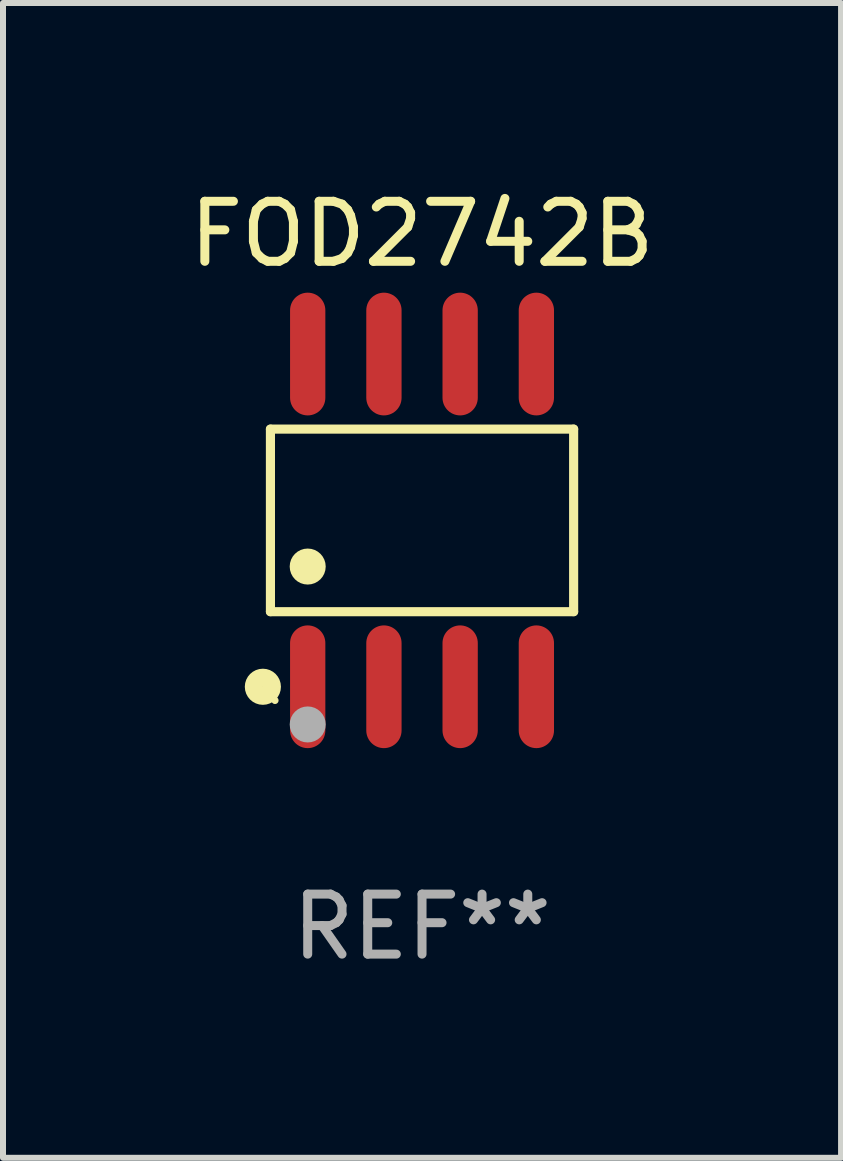
<source format=kicad_pcb>
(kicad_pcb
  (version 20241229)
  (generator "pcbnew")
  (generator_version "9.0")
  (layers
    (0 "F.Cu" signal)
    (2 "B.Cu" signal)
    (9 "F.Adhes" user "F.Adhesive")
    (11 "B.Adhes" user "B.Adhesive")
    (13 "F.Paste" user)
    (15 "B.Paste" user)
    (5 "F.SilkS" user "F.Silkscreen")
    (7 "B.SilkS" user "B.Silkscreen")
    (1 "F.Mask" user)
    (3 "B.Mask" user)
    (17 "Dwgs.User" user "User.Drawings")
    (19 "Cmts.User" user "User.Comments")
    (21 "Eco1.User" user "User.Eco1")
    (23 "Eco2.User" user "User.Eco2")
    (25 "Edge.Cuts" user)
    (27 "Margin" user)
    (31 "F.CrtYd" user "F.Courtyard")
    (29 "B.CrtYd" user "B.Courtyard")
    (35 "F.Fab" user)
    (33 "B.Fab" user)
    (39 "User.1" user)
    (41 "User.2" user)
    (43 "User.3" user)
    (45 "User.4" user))
  (footprint "FOD2742B"
    (layer "F.Cu")
    (at 3.982 5.621)
    (property "Reference" "FOD2742B" (at 0 -4.772 0) (layer "F.SilkS") (effects (font (size 1 1) (thickness 0.15))))
    (attr through_hole)
    (fp_line (start -2.526 -1.521) (end 2.526 -1.521) (stroke (width 0.152) (type solid)) (layer "F.SilkS"))
    (fp_line (start -2.526 1.521) (end -2.526 -1.521) (stroke (width 0.152) (type solid)) (layer "F.SilkS"))
    (fp_line (start 2.526 -1.521) (end 2.526 1.521) (stroke (width 0.152) (type solid)) (layer "F.SilkS"))
    (fp_line (start 2.526 1.521) (end -2.526 1.521) (stroke (width 0.152) (type solid)) (layer "F.SilkS"))
    (fp_circle (center -2.652 2.772) (end -2.501 2.772) (stroke (width 0.3) (type solid)) (fill no) (layer "F.SilkS"))
    (fp_circle (center -2.45 3) (end -2.42 3) (stroke (width 0.06) (type solid)) (fill no) (layer "F.SilkS"))
    (fp_circle (center -1.905 0.769) (end -1.755 0.769) (stroke (width 0.3) (type solid)) (fill no) (layer "F.SilkS"))
    (fp_circle (center -1.905 3.4) (end -1.755 3.4) (stroke (width 0.3) (type solid)) (fill no) (layer "F.Fab"))
    (fp_text user "REF**" (at 0 6.772 0) (layer "F.Fab") (effects (font (size 1 1) (thickness 0.15))))
    (pad "1" smd oval (at -1.905 2.772) (size 0.588 2.045) (layers "F.Cu" "F.Mask" "F.Paste"))
    (pad "2" smd oval (at -0.635 2.772) (size 0.588 2.045) (layers "F.Cu" "F.Mask" "F.Paste"))
    (pad "3" smd oval (at 0.635 2.772) (size 0.588 2.045) (layers "F.Cu" "F.Mask" "F.Paste"))
    (pad "4" smd oval (at 1.905 2.772) (size 0.588 2.045) (layers "F.Cu" "F.Mask" "F.Paste"))
    (pad "5" smd oval (at 1.905 -2.772) (size 0.588 2.045) (layers "F.Cu" "F.Mask" "F.Paste"))
    (pad "6" smd oval (at 0.635 -2.772) (size 0.588 2.045) (layers "F.Cu" "F.Mask" "F.Paste"))
    (pad "7" smd oval (at -0.635 -2.772) (size 0.588 2.045) (layers "F.Cu" "F.Mask" "F.Paste"))
    (pad "8" smd oval (at -1.905 -2.772) (size 0.588 2.045) (layers "F.Cu" "F.Mask" "F.Paste")))
  (gr_rect
    (start -3 -3)
    (end 10.964 16.241)
    (stroke (width 0.1) (type default))
    (fill no)
    (layer "Edge.Cuts")))
</source>
